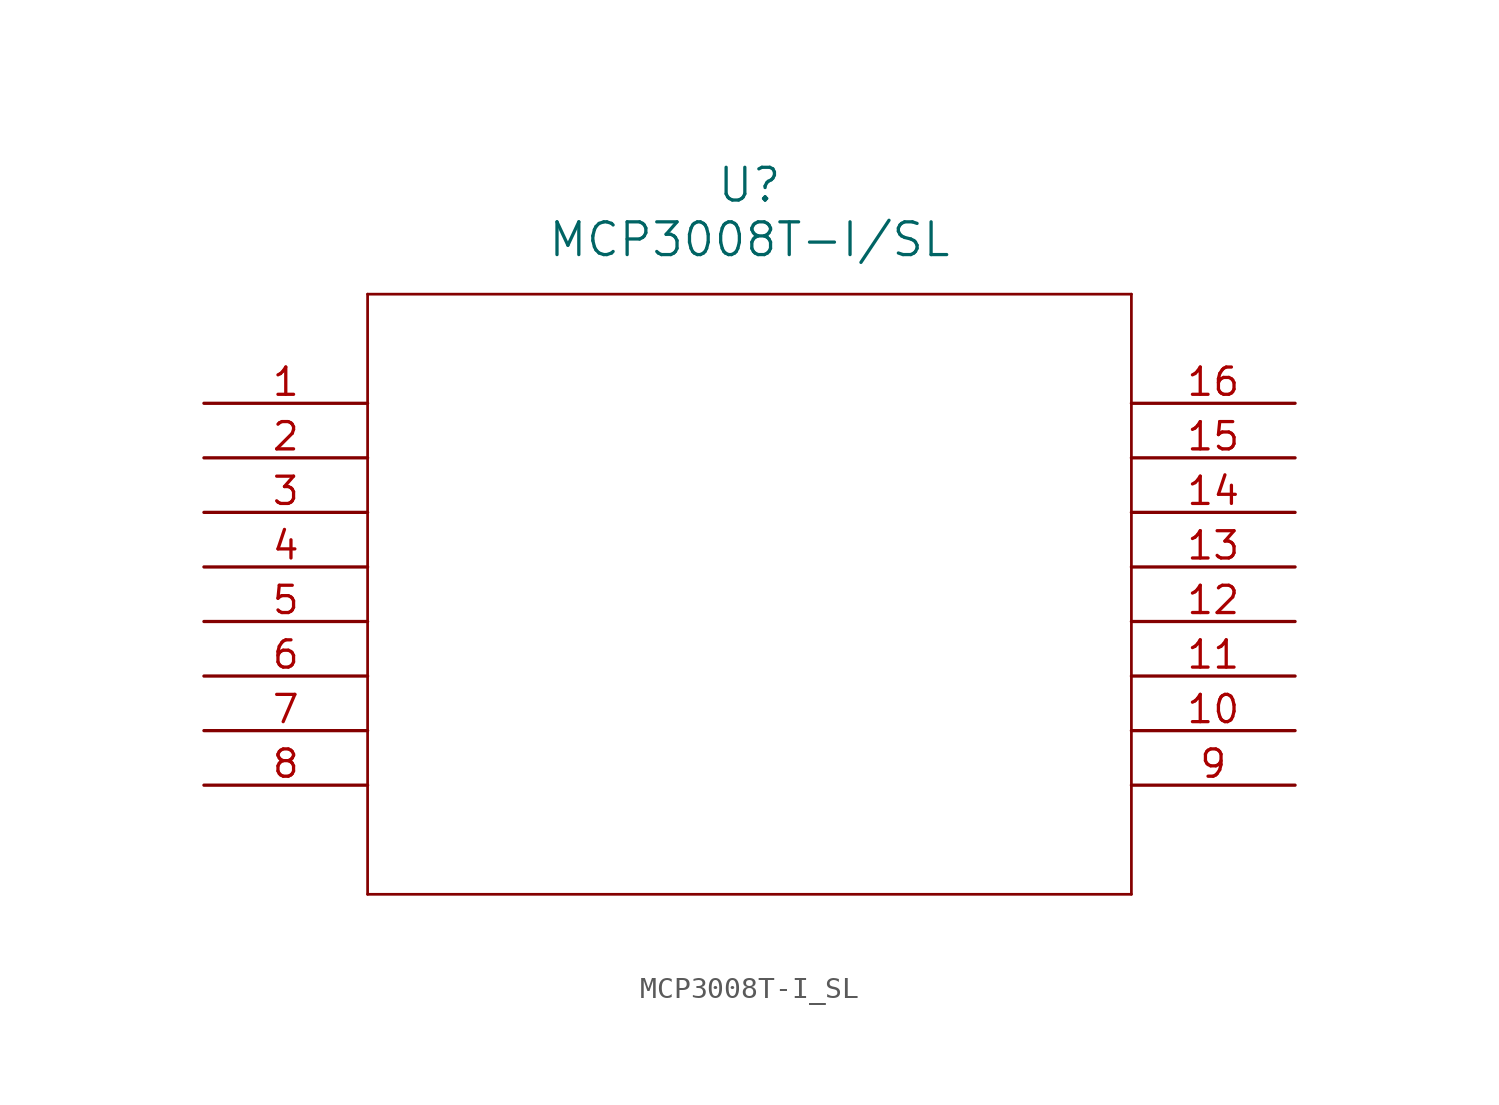
<source format=kicad_sym>
(kicad_symbol_lib
  (version 20211014)
  (generator kicad_symbol_editor)
  (symbol "MCP3008T-I_SL"
    (pin_names
      (offset 0.254))
    (property "Reference" "U"
      (at 25.4 10.16 0)
      (effects (font (size 1.524 1.524))))
    (property "Value" "MCP3008T-I/SL"
      (at 25.4 7.62 0)
      (effects (font (size 1.524 1.524))))
    (symbol "MCP3008T-I_SL_0_1"
      (polyline (pts (xy 7.62 5.08) (xy 7.62 -22.86)) (stroke (width 0.127) (type default) (color 0 0 0 0)) (fill (type none)))
      (polyline (pts (xy 7.62 -22.86) (xy 43.18 -22.86)) (stroke (width 0.127) (type default) (color 0 0 0 0)) (fill (type none)))
      (polyline (pts (xy 43.18 -22.86) (xy 43.18 5.08)) (stroke (width 0.127) (type default) (color 0 0 0 0)) (fill (type none)))
      (polyline (pts (xy 43.18 5.08) (xy 7.62 5.08)) (stroke (width 0.127) (type default) (color 0 0 0 0)) (fill (type none)))
      (pin unspecified line (at 0 0 0) (length 7.62) (name "" (effects (font (size 1.27 1.27)))) (number "1" (effects (font (size 1.27 1.27)))))
      (pin unspecified line (at 0 -2.54 0) (length 7.62) (name "" (effects (font (size 1.27 1.27)))) (number "2" (effects (font (size 1.27 1.27)))))
      (pin unspecified line (at 0 -5.08 0) (length 7.62) (name "" (effects (font (size 1.27 1.27)))) (number "3" (effects (font (size 1.27 1.27)))))
      (pin unspecified line (at 0 -7.62 0) (length 7.62) (name "" (effects (font (size 1.27 1.27)))) (number "4" (effects (font (size 1.27 1.27)))))
      (pin unspecified line (at 0 -10.16 0) (length 7.62) (name "" (effects (font (size 1.27 1.27)))) (number "5" (effects (font (size 1.27 1.27)))))
      (pin unspecified line (at 0 -12.7 0) (length 7.62) (name "" (effects (font (size 1.27 1.27)))) (number "6" (effects (font (size 1.27 1.27)))))
      (pin unspecified line (at 0 -15.24 0) (length 7.62) (name "" (effects (font (size 1.27 1.27)))) (number "7" (effects (font (size 1.27 1.27)))))
      (pin unspecified line (at 0 -17.78 0) (length 7.62) (name "" (effects (font (size 1.27 1.27)))) (number "8" (effects (font (size 1.27 1.27)))))
      (pin unspecified line (at 50.8 -17.78 180) (length 7.62) (name "" (effects (font (size 1.27 1.27)))) (number "9" (effects (font (size 1.27 1.27)))))
      (pin unspecified line (at 50.8 -15.24 180) (length 7.62) (name "" (effects (font (size 1.27 1.27)))) (number "10" (effects (font (size 1.27 1.27)))))
      (pin unspecified line (at 50.8 -12.7 180) (length 7.62) (name "" (effects (font (size 1.27 1.27)))) (number "11" (effects (font (size 1.27 1.27)))))
      (pin unspecified line (at 50.8 -10.16 180) (length 7.62) (name "" (effects (font (size 1.27 1.27)))) (number "12" (effects (font (size 1.27 1.27)))))
      (pin unspecified line (at 50.8 -7.62 180) (length 7.62) (name "" (effects (font (size 1.27 1.27)))) (number "13" (effects (font (size 1.27 1.27)))))
      (pin unspecified line (at 50.8 -5.08 180) (length 7.62) (name "" (effects (font (size 1.27 1.27)))) (number "14" (effects (font (size 1.27 1.27)))))
      (pin unspecified line (at 50.8 -2.54 180) (length 7.62) (name "" (effects (font (size 1.27 1.27)))) (number "15" (effects (font (size 1.27 1.27)))))
      (pin unspecified line (at 50.8 0 180) (length 7.62) (name "" (effects (font (size 1.27 1.27)))) (number "16" (effects (font (size 1.27 1.27))))))))
</source>
